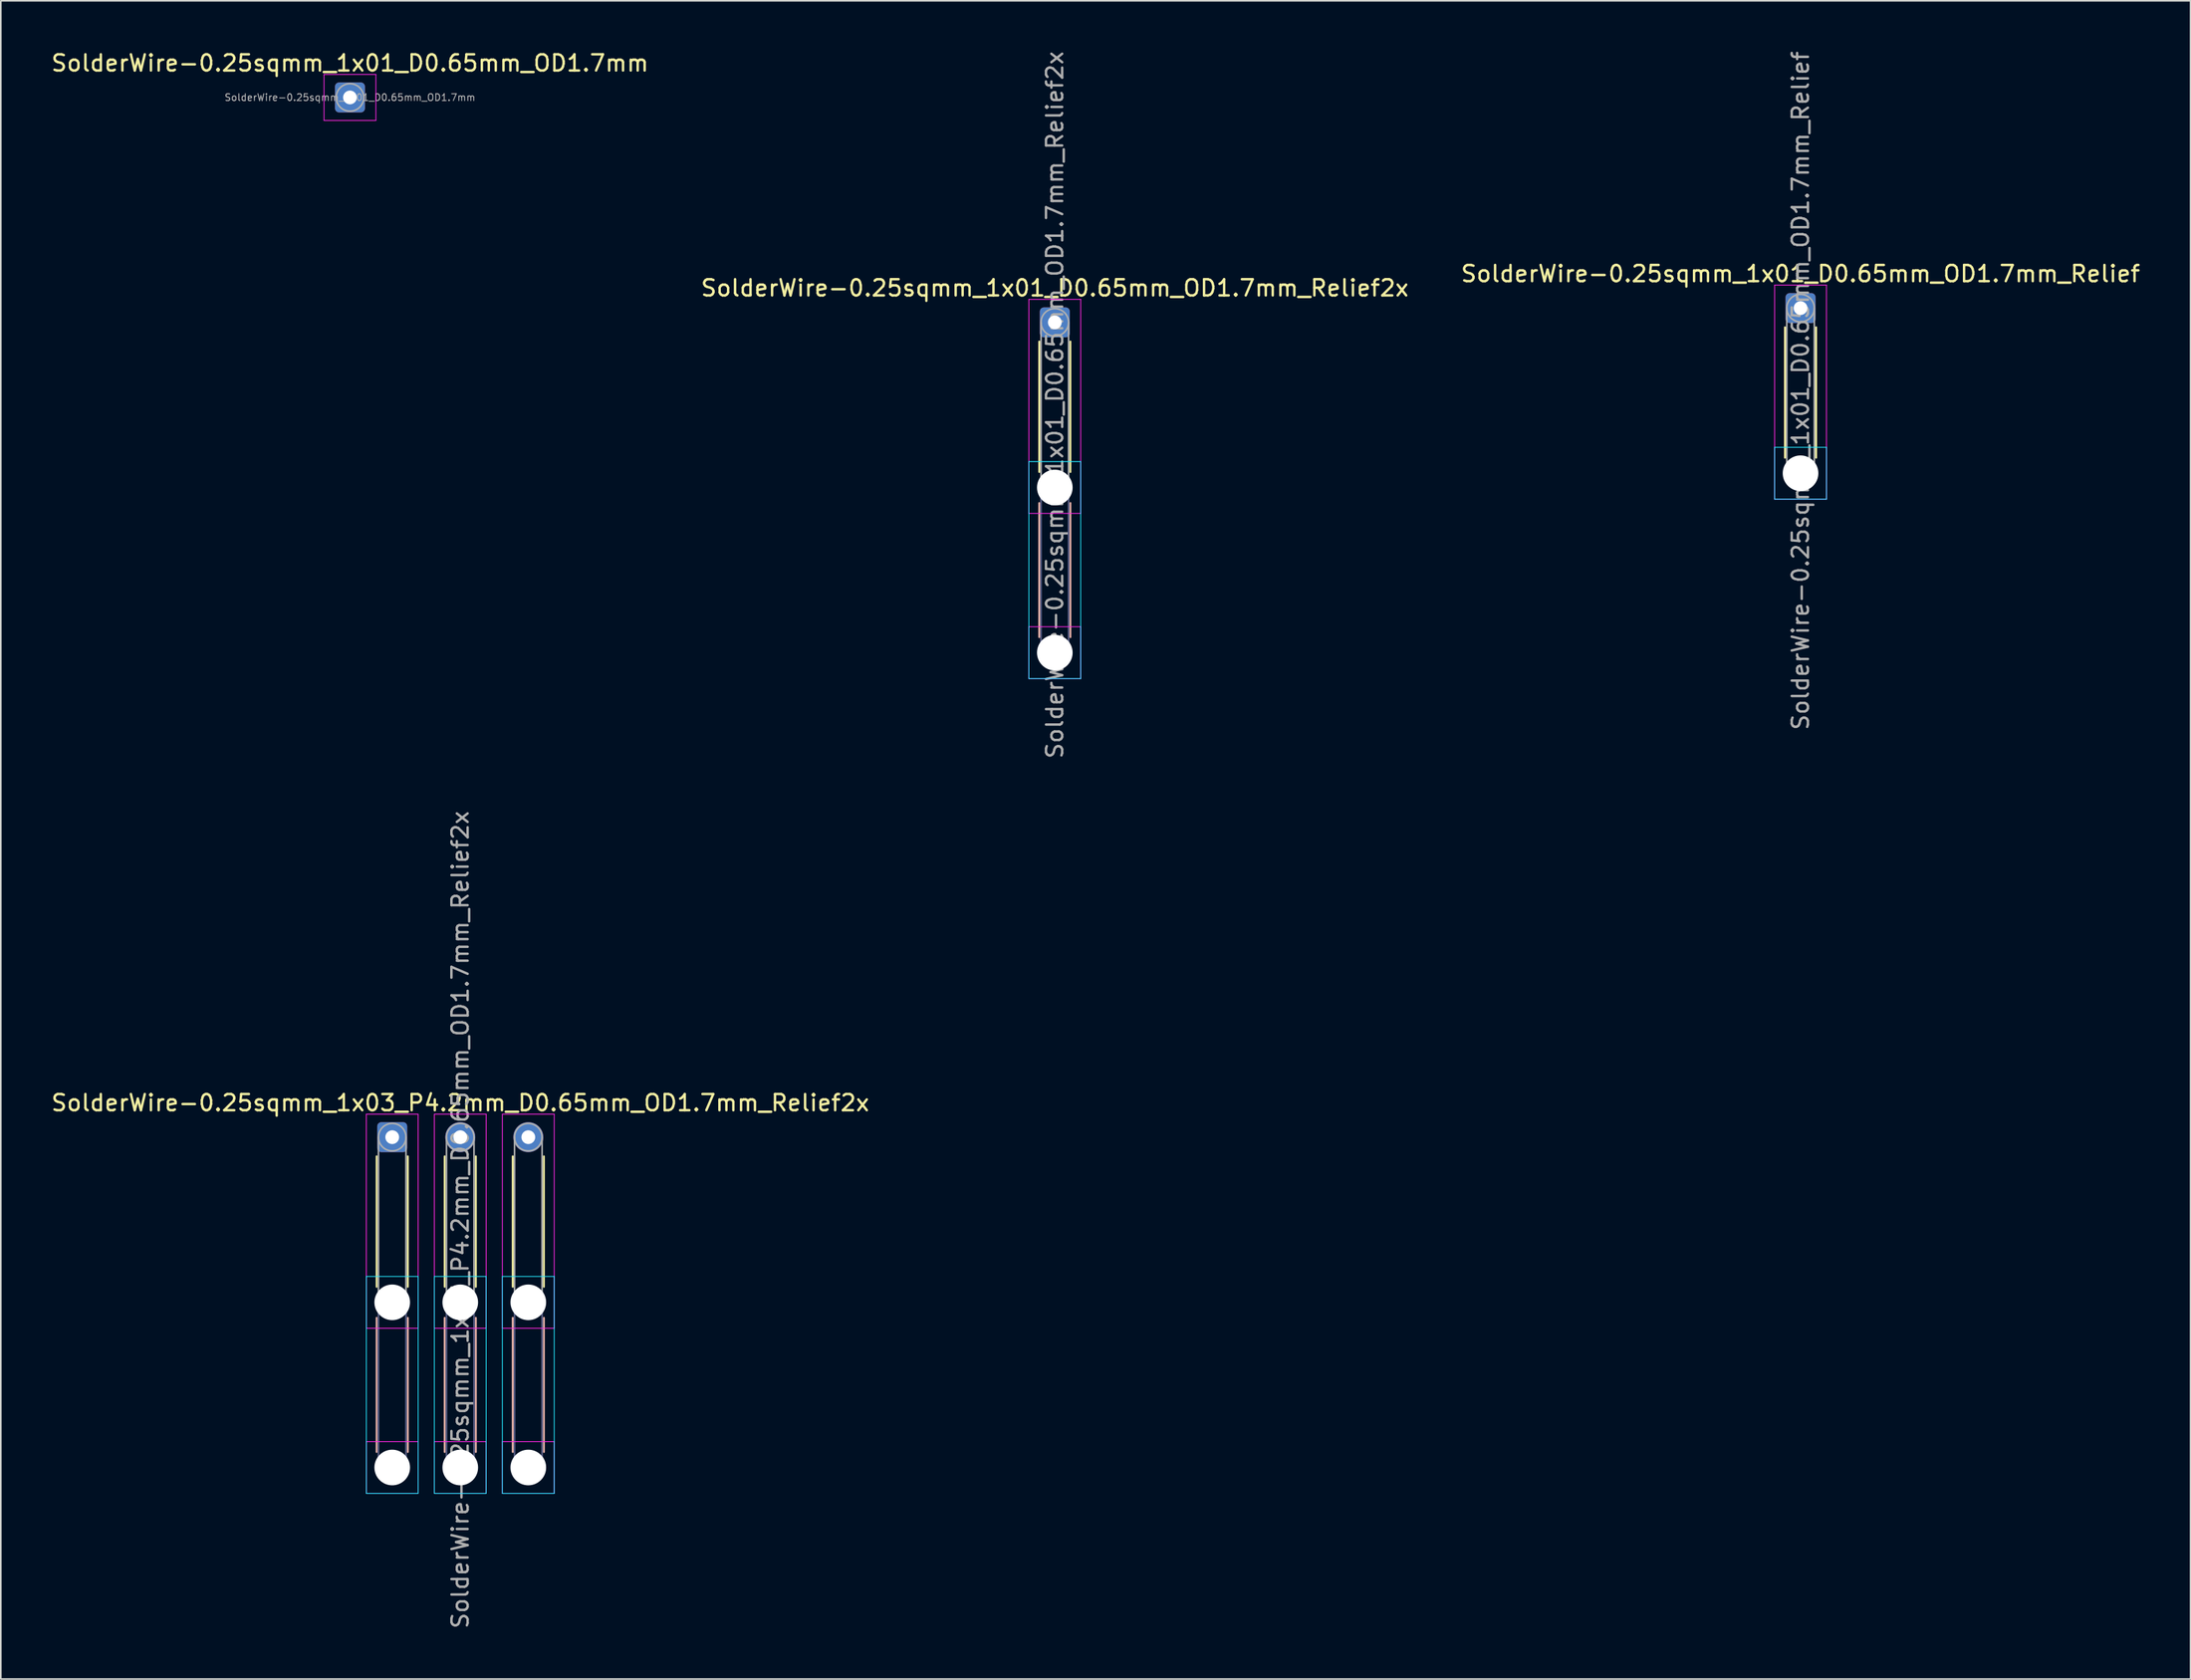
<source format=kicad_pcb>
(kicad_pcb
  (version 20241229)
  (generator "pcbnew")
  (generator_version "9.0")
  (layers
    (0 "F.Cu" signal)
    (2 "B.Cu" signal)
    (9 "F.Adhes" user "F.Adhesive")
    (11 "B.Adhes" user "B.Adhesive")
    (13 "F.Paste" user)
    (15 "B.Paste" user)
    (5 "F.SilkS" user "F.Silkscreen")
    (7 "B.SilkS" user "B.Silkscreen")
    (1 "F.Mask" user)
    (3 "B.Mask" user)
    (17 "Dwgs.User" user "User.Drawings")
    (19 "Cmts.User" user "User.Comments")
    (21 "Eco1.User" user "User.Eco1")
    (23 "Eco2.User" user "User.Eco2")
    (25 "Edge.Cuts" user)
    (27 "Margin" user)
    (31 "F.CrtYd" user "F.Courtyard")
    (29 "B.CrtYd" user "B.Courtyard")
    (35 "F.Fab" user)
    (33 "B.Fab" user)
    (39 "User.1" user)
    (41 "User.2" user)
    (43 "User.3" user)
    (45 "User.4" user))
  (footprint "SolderWire-0.25sqmm_1x01_D0.65mm_OD1.7mm_Relief"
    (layer "F.Cu")
    (at 108.101 15.977)
    (property "Reference" "SolderWire-0.25sqmm_1x01_D0.65mm_OD1.7mm_Relief" (at 0 -2.12 0) (layer "F.SilkS") (effects (font (size 1 1) (thickness 0.15))))
    (attr exclude_from_pos_files exclude_from_bom)
    (fp_line (start -0.96 1.185) (end -0.96 9.24) (stroke (width 0.12) (type solid)) (layer "F.SilkS"))
    (fp_line (start 0.96 1.185) (end 0.96 9.24) (stroke (width 0.12) (type solid)) (layer "F.SilkS"))
    (fp_line (start -1.6 8.6) (end -1.6 11.8) (stroke (width 0.05) (type solid)) (layer "B.CrtYd"))
    (fp_line (start -1.6 11.8) (end 1.6 11.8) (stroke (width 0.05) (type solid)) (layer "B.CrtYd"))
    (fp_line (start 1.6 8.6) (end -1.6 8.6) (stroke (width 0.05) (type solid)) (layer "B.CrtYd"))
    (fp_line (start 1.6 11.8) (end 1.6 8.6) (stroke (width 0.05) (type solid)) (layer "B.CrtYd"))
    (fp_line (start -1.6 -1.42) (end -1.6 11.8) (stroke (width 0.05) (type solid)) (layer "F.CrtYd"))
    (fp_line (start -1.6 11.8) (end 1.6 11.8) (stroke (width 0.05) (type solid)) (layer "F.CrtYd"))
    (fp_line (start 1.6 -1.42) (end -1.6 -1.42) (stroke (width 0.05) (type solid)) (layer "F.CrtYd"))
    (fp_line (start 1.6 11.8) (end 1.6 -1.42) (stroke (width 0.05) (type solid)) (layer "F.CrtYd"))
    (fp_line (start -0.85 0) (end -0.85 10.2) (stroke (width 0.1) (type solid)) (layer "F.Fab"))
    (fp_line (start 0.85 0) (end 0.85 10.2) (stroke (width 0.1) (type solid)) (layer "F.Fab"))
    (fp_circle (center 0 0) (end 0.85 0) (stroke (width 0.1) (type solid)) (fill no) (layer "F.Fab"))
    (fp_circle (center 0 10.2) (end 0.85 10.2) (stroke (width 0.1) (type solid)) (fill no) (layer "F.Fab"))
    (fp_text user "${REFERENCE}" (at 0 5.1 90) (layer "F.Fab") (effects (font (size 1 1) (thickness 0.15))))
    (pad "" np_thru_hole circle (at 0 10.2) (size 2.2 2.2) (drill 2.2) (layers "*.Cu" "*.Mask"))
    (pad "1" thru_hole roundrect (at 0 0) (size 1.85 1.85) (drill 0.85) (layers "*.Cu" "*.Mask") (roundrect_rratio 0.135)))
  (footprint "SolderWire-0.25sqmm_1x03_P4.2mm_D0.65mm_OD1.7mm_Relief2x"
    (layer "F.Cu")
    (at 21.163 67.18)
    (property "Reference" "SolderWire-0.25sqmm_1x03_P4.2mm_D0.65mm_OD1.7mm_Relief2x" (at 4.2 -2.12 0) (layer "F.SilkS") (effects (font (size 1 1) (thickness 0.15))))
    (attr exclude_from_pos_files exclude_from_bom)
    (fp_line (start -0.96 1.185) (end -0.96 9.24) (stroke (width 0.12) (type solid)) (layer "F.SilkS"))
    (fp_line (start 0.96 1.185) (end 0.96 9.24) (stroke (width 0.12) (type solid)) (layer "F.SilkS"))
    (fp_line (start 3.24 1.185) (end 3.24 9.24) (stroke (width 0.12) (type solid)) (layer "F.SilkS"))
    (fp_line (start 5.16 1.185) (end 5.16 9.24) (stroke (width 0.12) (type solid)) (layer "F.SilkS"))
    (fp_line (start 7.44 1.185) (end 7.44 9.24) (stroke (width 0.12) (type solid)) (layer "F.SilkS"))
    (fp_line (start 9.36 1.185) (end 9.36 9.24) (stroke (width 0.12) (type solid)) (layer "F.SilkS"))
    (fp_line (start -0.96 11.16) (end -0.96 19.44) (stroke (width 0.12) (type solid)) (layer "B.SilkS"))
    (fp_line (start 0.96 11.16) (end 0.96 19.44) (stroke (width 0.12) (type solid)) (layer "B.SilkS"))
    (fp_line (start 3.24 11.16) (end 3.24 19.44) (stroke (width 0.12) (type solid)) (layer "B.SilkS"))
    (fp_line (start 5.16 11.16) (end 5.16 19.44) (stroke (width 0.12) (type solid)) (layer "B.SilkS"))
    (fp_line (start 7.44 11.16) (end 7.44 19.44) (stroke (width 0.12) (type solid)) (layer "B.SilkS"))
    (fp_line (start 9.36 11.16) (end 9.36 19.44) (stroke (width 0.12) (type solid)) (layer "B.SilkS"))
    (fp_line (start -1.6 8.6) (end -1.6 22) (stroke (width 0.05) (type solid)) (layer "B.CrtYd"))
    (fp_line (start -1.6 22) (end 1.6 22) (stroke (width 0.05) (type solid)) (layer "B.CrtYd"))
    (fp_line (start 1.6 8.6) (end -1.6 8.6) (stroke (width 0.05) (type solid)) (layer "B.CrtYd"))
    (fp_line (start 1.6 22) (end 1.6 8.6) (stroke (width 0.05) (type solid)) (layer "B.CrtYd"))
    (fp_line (start 2.6 8.6) (end 2.6 22) (stroke (width 0.05) (type solid)) (layer "B.CrtYd"))
    (fp_line (start 2.6 22) (end 5.8 22) (stroke (width 0.05) (type solid)) (layer "B.CrtYd"))
    (fp_line (start 5.8 8.6) (end 2.6 8.6) (stroke (width 0.05) (type solid)) (layer "B.CrtYd"))
    (fp_line (start 5.8 22) (end 5.8 8.6) (stroke (width 0.05) (type solid)) (layer "B.CrtYd"))
    (fp_line (start 6.8 8.6) (end 6.8 22) (stroke (width 0.05) (type solid)) (layer "B.CrtYd"))
    (fp_line (start 6.8 22) (end 10 22) (stroke (width 0.05) (type solid)) (layer "B.CrtYd"))
    (fp_line (start 10 8.6) (end 6.8 8.6) (stroke (width 0.05) (type solid)) (layer "B.CrtYd"))
    (fp_line (start 10 22) (end 10 8.6) (stroke (width 0.05) (type solid)) (layer "B.CrtYd"))
    (fp_line (start -1.6 -1.42) (end -1.6 11.8) (stroke (width 0.05) (type solid)) (layer "F.CrtYd"))
    (fp_line (start -1.6 11.8) (end 1.6 11.8) (stroke (width 0.05) (type solid)) (layer "F.CrtYd"))
    (fp_line (start -1.6 18.8) (end -1.6 22) (stroke (width 0.05) (type solid)) (layer "F.CrtYd"))
    (fp_line (start -1.6 22) (end 1.6 22) (stroke (width 0.05) (type solid)) (layer "F.CrtYd"))
    (fp_line (start 1.6 -1.42) (end -1.6 -1.42) (stroke (width 0.05) (type solid)) (layer "F.CrtYd"))
    (fp_line (start 1.6 11.8) (end 1.6 -1.42) (stroke (width 0.05) (type solid)) (layer "F.CrtYd"))
    (fp_line (start 1.6 18.8) (end -1.6 18.8) (stroke (width 0.05) (type solid)) (layer "F.CrtYd"))
    (fp_line (start 1.6 22) (end 1.6 18.8) (stroke (width 0.05) (type solid)) (layer "F.CrtYd"))
    (fp_line (start 2.6 -1.42) (end 2.6 11.8) (stroke (width 0.05) (type solid)) (layer "F.CrtYd"))
    (fp_line (start 2.6 11.8) (end 5.8 11.8) (stroke (width 0.05) (type solid)) (layer "F.CrtYd"))
    (fp_line (start 2.6 18.8) (end 2.6 22) (stroke (width 0.05) (type solid)) (layer "F.CrtYd"))
    (fp_line (start 2.6 22) (end 5.8 22) (stroke (width 0.05) (type solid)) (layer "F.CrtYd"))
    (fp_line (start 5.8 -1.42) (end 2.6 -1.42) (stroke (width 0.05) (type solid)) (layer "F.CrtYd"))
    (fp_line (start 5.8 11.8) (end 5.8 -1.42) (stroke (width 0.05) (type solid)) (layer "F.CrtYd"))
    (fp_line (start 5.8 18.8) (end 2.6 18.8) (stroke (width 0.05) (type solid)) (layer "F.CrtYd"))
    (fp_line (start 5.8 22) (end 5.8 18.8) (stroke (width 0.05) (type solid)) (layer "F.CrtYd"))
    (fp_line (start 6.8 -1.42) (end 6.8 11.8) (stroke (width 0.05) (type solid)) (layer "F.CrtYd"))
    (fp_line (start 6.8 11.8) (end 10 11.8) (stroke (width 0.05) (type solid)) (layer "F.CrtYd"))
    (fp_line (start 6.8 18.8) (end 6.8 22) (stroke (width 0.05) (type solid)) (layer "F.CrtYd"))
    (fp_line (start 6.8 22) (end 10 22) (stroke (width 0.05) (type solid)) (layer "F.CrtYd"))
    (fp_line (start 10 -1.42) (end 6.8 -1.42) (stroke (width 0.05) (type solid)) (layer "F.CrtYd"))
    (fp_line (start 10 11.8) (end 10 -1.42) (stroke (width 0.05) (type solid)) (layer "F.CrtYd"))
    (fp_line (start 10 18.8) (end 6.8 18.8) (stroke (width 0.05) (type solid)) (layer "F.CrtYd"))
    (fp_line (start 10 22) (end 10 18.8) (stroke (width 0.05) (type solid)) (layer "F.CrtYd"))
    (fp_line (start -0.85 10.2) (end -0.85 20.4) (stroke (width 0.1) (type solid)) (layer "B.Fab"))
    (fp_line (start 0.85 10.2) (end 0.85 20.4) (stroke (width 0.1) (type solid)) (layer "B.Fab"))
    (fp_line (start 3.35 10.2) (end 3.35 20.4) (stroke (width 0.1) (type solid)) (layer "B.Fab"))
    (fp_line (start 5.05 10.2) (end 5.05 20.4) (stroke (width 0.1) (type solid)) (layer "B.Fab"))
    (fp_line (start 7.55 10.2) (end 7.55 20.4) (stroke (width 0.1) (type solid)) (layer "B.Fab"))
    (fp_line (start 9.25 10.2) (end 9.25 20.4) (stroke (width 0.1) (type solid)) (layer "B.Fab"))
    (fp_circle (center 0 10.2) (end 0.85 10.2) (stroke (width 0.1) (type solid)) (fill no) (layer "B.Fab"))
    (fp_circle (center 0 20.4) (end 0.85 20.4) (stroke (width 0.1) (type solid)) (fill no) (layer "B.Fab"))
    (fp_circle (center 4.2 10.2) (end 5.05 10.2) (stroke (width 0.1) (type solid)) (fill no) (layer "B.Fab"))
    (fp_circle (center 4.2 20.4) (end 5.05 20.4) (stroke (width 0.1) (type solid)) (fill no) (layer "B.Fab"))
    (fp_circle (center 8.4 10.2) (end 9.25 10.2) (stroke (width 0.1) (type solid)) (fill no) (layer "B.Fab"))
    (fp_circle (center 8.4 20.4) (end 9.25 20.4) (stroke (width 0.1) (type solid)) (fill no) (layer "B.Fab"))
    (fp_line (start -0.85 0) (end -0.85 10.2) (stroke (width 0.1) (type solid)) (layer "F.Fab"))
    (fp_line (start 0.85 0) (end 0.85 10.2) (stroke (width 0.1) (type solid)) (layer "F.Fab"))
    (fp_line (start 3.35 0) (end 3.35 10.2) (stroke (width 0.1) (type solid)) (layer "F.Fab"))
    (fp_line (start 5.05 0) (end 5.05 10.2) (stroke (width 0.1) (type solid)) (layer "F.Fab"))
    (fp_line (start 7.55 0) (end 7.55 10.2) (stroke (width 0.1) (type solid)) (layer "F.Fab"))
    (fp_line (start 9.25 0) (end 9.25 10.2) (stroke (width 0.1) (type solid)) (layer "F.Fab"))
    (fp_circle (center 0 0) (end 0.85 0) (stroke (width 0.1) (type solid)) (fill no) (layer "F.Fab"))
    (fp_circle (center 0 10.2) (end 0.85 10.2) (stroke (width 0.1) (type solid)) (fill no) (layer "F.Fab"))
    (fp_circle (center 0 20.4) (end 0.85 20.4) (stroke (width 0.1) (type solid)) (fill no) (layer "F.Fab"))
    (fp_circle (center 4.2 0) (end 5.05 0) (stroke (width 0.1) (type solid)) (fill no) (layer "F.Fab"))
    (fp_circle (center 4.2 10.2) (end 5.05 10.2) (stroke (width 0.1) (type solid)) (fill no) (layer "F.Fab"))
    (fp_circle (center 4.2 20.4) (end 5.05 20.4) (stroke (width 0.1) (type solid)) (fill no) (layer "F.Fab"))
    (fp_circle (center 8.4 0) (end 9.25 0) (stroke (width 0.1) (type solid)) (fill no) (layer "F.Fab"))
    (fp_circle (center 8.4 10.2) (end 9.25 10.2) (stroke (width 0.1) (type solid)) (fill no) (layer "F.Fab"))
    (fp_circle (center 8.4 20.4) (end 9.25 20.4) (stroke (width 0.1) (type solid)) (fill no) (layer "F.Fab"))
    (fp_text user "${REFERENCE}" (at 4.2 5.1 90) (layer "F.Fab") (effects (font (size 1 1) (thickness 0.15))))
    (pad "" np_thru_hole circle (at 0 10.2) (size 2.2 2.2) (drill 2.2) (layers "*.Cu" "*.Mask"))
    (pad "" np_thru_hole circle (at 0 20.4) (size 2.2 2.2) (drill 2.2) (layers "*.Cu" "*.Mask"))
    (pad "" np_thru_hole circle (at 4.2 10.2) (size 2.2 2.2) (drill 2.2) (layers "*.Cu" "*.Mask"))
    (pad "" np_thru_hole circle (at 4.2 20.4) (size 2.2 2.2) (drill 2.2) (layers "*.Cu" "*.Mask"))
    (pad "" np_thru_hole circle (at 8.4 10.2) (size 2.2 2.2) (drill 2.2) (layers "*.Cu" "*.Mask"))
    (pad "" np_thru_hole circle (at 8.4 20.4) (size 2.2 2.2) (drill 2.2) (layers "*.Cu" "*.Mask"))
    (pad "1" thru_hole roundrect (at 0 0) (size 1.85 1.85) (drill 0.85) (layers "*.Cu" "*.Mask") (roundrect_rratio 0.135))
    (pad "2" thru_hole circle (at 4.2 0) (size 1.85 1.85) (drill 0.85) (layers "*.Cu" "*.Mask"))
    (pad "3" thru_hole circle (at 8.4 0) (size 1.85 1.85) (drill 0.85) (layers "*.Cu" "*.Mask")))
  (footprint "SolderWire-0.25sqmm_1x01_D0.65mm_OD1.7mm_Relief2x"
    (layer "F.Cu")
    (at 62.065 16.858)
    (property "Reference" "SolderWire-0.25sqmm_1x01_D0.65mm_OD1.7mm_Relief2x" (at 0 -2.12 0) (layer "F.SilkS") (effects (font (size 1 1) (thickness 0.15))))
    (attr exclude_from_pos_files exclude_from_bom)
    (fp_line (start -0.96 1.185) (end -0.96 9.24) (stroke (width 0.12) (type solid)) (layer "F.SilkS"))
    (fp_line (start 0.96 1.185) (end 0.96 9.24) (stroke (width 0.12) (type solid)) (layer "F.SilkS"))
    (fp_line (start -0.96 11.16) (end -0.96 19.44) (stroke (width 0.12) (type solid)) (layer "B.SilkS"))
    (fp_line (start 0.96 11.16) (end 0.96 19.44) (stroke (width 0.12) (type solid)) (layer "B.SilkS"))
    (fp_line (start -1.6 8.6) (end -1.6 22) (stroke (width 0.05) (type solid)) (layer "B.CrtYd"))
    (fp_line (start -1.6 22) (end 1.6 22) (stroke (width 0.05) (type solid)) (layer "B.CrtYd"))
    (fp_line (start 1.6 8.6) (end -1.6 8.6) (stroke (width 0.05) (type solid)) (layer "B.CrtYd"))
    (fp_line (start 1.6 22) (end 1.6 8.6) (stroke (width 0.05) (type solid)) (layer "B.CrtYd"))
    (fp_line (start -1.6 -1.42) (end -1.6 11.8) (stroke (width 0.05) (type solid)) (layer "F.CrtYd"))
    (fp_line (start -1.6 11.8) (end 1.6 11.8) (stroke (width 0.05) (type solid)) (layer "F.CrtYd"))
    (fp_line (start -1.6 18.8) (end -1.6 22) (stroke (width 0.05) (type solid)) (layer "F.CrtYd"))
    (fp_line (start -1.6 22) (end 1.6 22) (stroke (width 0.05) (type solid)) (layer "F.CrtYd"))
    (fp_line (start 1.6 -1.42) (end -1.6 -1.42) (stroke (width 0.05) (type solid)) (layer "F.CrtYd"))
    (fp_line (start 1.6 11.8) (end 1.6 -1.42) (stroke (width 0.05) (type solid)) (layer "F.CrtYd"))
    (fp_line (start 1.6 18.8) (end -1.6 18.8) (stroke (width 0.05) (type solid)) (layer "F.CrtYd"))
    (fp_line (start 1.6 22) (end 1.6 18.8) (stroke (width 0.05) (type solid)) (layer "F.CrtYd"))
    (fp_line (start -0.85 10.2) (end -0.85 20.4) (stroke (width 0.1) (type solid)) (layer "B.Fab"))
    (fp_line (start 0.85 10.2) (end 0.85 20.4) (stroke (width 0.1) (type solid)) (layer "B.Fab"))
    (fp_circle (center 0 10.2) (end 0.85 10.2) (stroke (width 0.1) (type solid)) (fill no) (layer "B.Fab"))
    (fp_circle (center 0 20.4) (end 0.85 20.4) (stroke (width 0.1) (type solid)) (fill no) (layer "B.Fab"))
    (fp_line (start -0.85 0) (end -0.85 10.2) (stroke (width 0.1) (type solid)) (layer "F.Fab"))
    (fp_line (start 0.85 0) (end 0.85 10.2) (stroke (width 0.1) (type solid)) (layer "F.Fab"))
    (fp_circle (center 0 0) (end 0.85 0) (stroke (width 0.1) (type solid)) (fill no) (layer "F.Fab"))
    (fp_circle (center 0 10.2) (end 0.85 10.2) (stroke (width 0.1) (type solid)) (fill no) (layer "F.Fab"))
    (fp_circle (center 0 20.4) (end 0.85 20.4) (stroke (width 0.1) (type solid)) (fill no) (layer "F.Fab"))
    (fp_text user "${REFERENCE}" (at 0 5.1 90) (layer "F.Fab") (effects (font (size 1 1) (thickness 0.15))))
    (pad "" np_thru_hole circle (at 0 10.2) (size 2.2 2.2) (drill 2.2) (layers "*.Cu" "*.Mask"))
    (pad "" np_thru_hole circle (at 0 20.4) (size 2.2 2.2) (drill 2.2) (layers "*.Cu" "*.Mask"))
    (pad "1" thru_hole roundrect (at 0 0) (size 1.85 1.85) (drill 0.85) (layers "*.Cu" "*.Mask") (roundrect_rratio 0.135)))
  (footprint "SolderWire-0.25sqmm_1x01_D0.65mm_OD1.7mm"
    (layer "F.Cu")
    (at 18.554 2.968)
    (property "Reference" "SolderWire-0.25sqmm_1x01_D0.65mm_OD1.7mm" (at 0 -2.12 0) (layer "F.SilkS") (effects (font (size 1 1) (thickness 0.15))))
    (attr exclude_from_pos_files exclude_from_bom)
    (fp_line (start -1.6 -1.42) (end -1.6 1.42) (stroke (width 0.05) (type solid)) (layer "F.CrtYd"))
    (fp_line (start -1.6 1.42) (end 1.6 1.42) (stroke (width 0.05) (type solid)) (layer "F.CrtYd"))
    (fp_line (start 1.6 -1.42) (end -1.6 -1.42) (stroke (width 0.05) (type solid)) (layer "F.CrtYd"))
    (fp_line (start 1.6 1.42) (end 1.6 -1.42) (stroke (width 0.05) (type solid)) (layer "F.CrtYd"))
    (fp_circle (center 0 0) (end 0.85 0) (stroke (width 0.1) (type solid)) (fill no) (layer "F.Fab"))
    (fp_text user "${REFERENCE}" (at 0 0 0) (layer "F.Fab") (effects (font (size 0.42 0.42) (thickness 0.06))))
    (pad "1" thru_hole roundrect (at 0 0) (size 1.85 1.85) (drill 0.85) (layers "*.Cu" "*.Mask") (roundrect_rratio 0.135)))
  (gr_rect
    (start -3 -3)
    (end 132.179 100.643)
    (stroke (width 0.1) (type default))
    (fill no)
    (layer "Edge.Cuts")))
</source>
